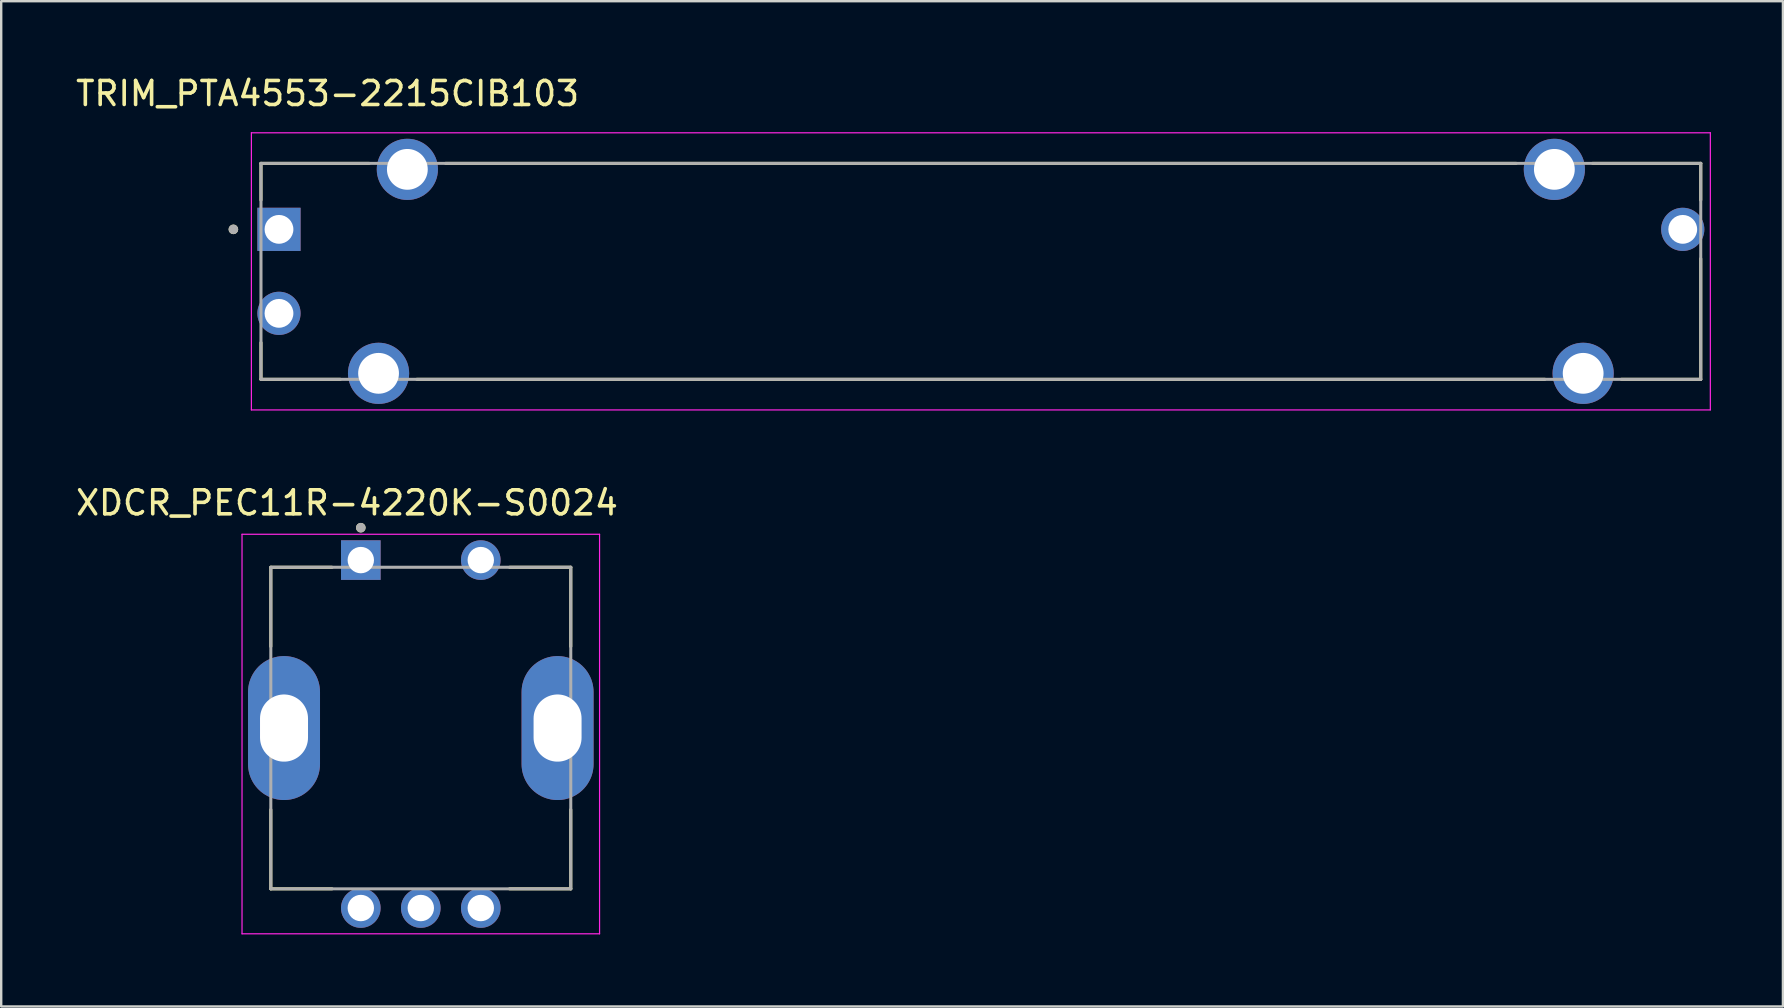
<source format=kicad_pcb>
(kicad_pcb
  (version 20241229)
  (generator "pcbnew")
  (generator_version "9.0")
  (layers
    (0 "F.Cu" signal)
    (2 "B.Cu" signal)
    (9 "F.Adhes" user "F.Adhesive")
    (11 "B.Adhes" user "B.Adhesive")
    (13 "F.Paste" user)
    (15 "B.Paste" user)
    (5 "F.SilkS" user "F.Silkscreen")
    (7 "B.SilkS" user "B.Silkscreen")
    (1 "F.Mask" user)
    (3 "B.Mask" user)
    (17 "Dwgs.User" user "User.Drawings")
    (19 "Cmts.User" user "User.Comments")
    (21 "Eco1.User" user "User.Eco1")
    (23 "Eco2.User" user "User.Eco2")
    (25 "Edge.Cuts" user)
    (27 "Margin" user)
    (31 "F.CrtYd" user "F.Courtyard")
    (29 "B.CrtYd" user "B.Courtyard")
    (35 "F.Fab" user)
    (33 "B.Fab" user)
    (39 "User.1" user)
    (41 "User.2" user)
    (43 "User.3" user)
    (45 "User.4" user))
  (footprint "TRIM_PTA4553-2215CIB103"
    (layer "F.Cu")
    (at 37.826 8.258)
    (property "Reference" "TRIM_PTA4553-2215CIB103" (at -27.225 -7.41 0) (layer "F.SilkS") (effects (font (size 1 1) (thickness 0.15))))
    (attr through_hole)
    (fp_line (start -30 -4.5) (end -25.495 -4.5) (stroke (width 0.127) (type solid)) (layer "F.SilkS"))
    (fp_line (start -30 -2.97) (end -30 -4.5) (stroke (width 0.127) (type solid)) (layer "F.SilkS"))
    (fp_line (start -30 4.5) (end -30 2.97) (stroke (width 0.127) (type solid)) (layer "F.SilkS"))
    (fp_line (start -26.695 4.5) (end -30 4.5) (stroke (width 0.127) (type solid)) (layer "F.SilkS"))
    (fp_line (start -23.505 4.5) (end 23.505 4.5) (stroke (width 0.127) (type solid)) (layer "F.SilkS"))
    (fp_line (start -22.305 -4.5) (end 22.305 -4.5) (stroke (width 0.127) (type solid)) (layer "F.SilkS"))
    (fp_line (start 25.495 -4.5) (end 30 -4.5) (stroke (width 0.127) (type solid)) (layer "F.SilkS"))
    (fp_line (start 30 -4.5) (end 30 -2.97) (stroke (width 0.127) (type solid)) (layer "F.SilkS"))
    (fp_line (start 30 4.5) (end 26.695 4.5) (stroke (width 0.127) (type solid)) (layer "F.SilkS"))
    (fp_line (start 30 4.5) (end 30 -0.53) (stroke (width 0.127) (type solid)) (layer "F.SilkS"))
    (fp_circle (center -31.15 -1.75) (end -31.05 -1.75) (stroke (width 0.2) (type solid)) (fill no) (layer "F.SilkS"))
    (fp_line (start -30.4 -5.775) (end -30.4 5.775) (stroke (width 0.05) (type solid)) (layer "F.CrtYd"))
    (fp_line (start -30.4 5.775) (end 30.4 5.775) (stroke (width 0.05) (type solid)) (layer "F.CrtYd"))
    (fp_line (start 30.4 -5.775) (end -30.4 -5.775) (stroke (width 0.05) (type solid)) (layer "F.CrtYd"))
    (fp_line (start 30.4 5.775) (end 30.4 -5.775) (stroke (width 0.05) (type solid)) (layer "F.CrtYd"))
    (fp_line (start -30 -4.5) (end 30 -4.5) (stroke (width 0.127) (type solid)) (layer "F.Fab"))
    (fp_line (start -30 4.5) (end -30 -4.5) (stroke (width 0.127) (type solid)) (layer "F.Fab"))
    (fp_line (start 30 -4.5) (end 30 4.5) (stroke (width 0.127) (type solid)) (layer "F.Fab"))
    (fp_line (start 30 4.5) (end -30 4.5) (stroke (width 0.127) (type solid)) (layer "F.Fab"))
    (fp_circle (center -31.15 -1.75) (end -31.05 -1.75) (stroke (width 0.2) (type solid)) (fill no) (layer "F.Fab"))
    (pad "1" thru_hole rect (at -29.25 -1.75) (size 1.8 1.8) (drill 1.2) (layers "*.Cu" "*.Mask"))
    (pad "2" thru_hole circle (at -29.25 1.75) (size 1.8 1.8) (drill 1.2) (layers "*.Cu" "*.Mask"))
    (pad "3" thru_hole circle (at 29.25 -1.75) (size 1.8 1.8) (drill 1.2) (layers "*.Cu" "*.Mask"))
    (pad "SH1" thru_hole circle (at -23.9 -4.25) (size 2.55 2.55) (drill 1.7) (layers "*.Cu" "*.Mask"))
    (pad "SH2" thru_hole circle (at -25.1 4.25) (size 2.55 2.55) (drill 1.7) (layers "*.Cu" "*.Mask"))
    (pad "SH3" thru_hole circle (at 23.9 -4.25) (size 2.55 2.55) (drill 1.7) (layers "*.Cu" "*.Mask"))
    (pad "SH4" thru_hole circle (at 25.1 4.25) (size 2.55 2.55) (drill 1.7) (layers "*.Cu" "*.Mask")))
  (footprint "XDCR_PEC11R-4220K-S0024"
    (layer "F.Cu")
    (at 14.486 27.291)
    (property "Reference" "XDCR_PEC11R-4220K-S0024" (at -3.075 -9.385 0) (layer "F.SilkS") (effects (font (size 1 1) (thickness 0.15))))
    (attr through_hole)
    (fp_line (start -6.25 -6.7) (end -3.7 -6.7) (stroke (width 0.127) (type solid)) (layer "F.SilkS"))
    (fp_line (start -6.25 -3.4) (end -6.25 -6.7) (stroke (width 0.127) (type solid)) (layer "F.SilkS"))
    (fp_line (start -6.25 3.4) (end -6.25 6.7) (stroke (width 0.127) (type solid)) (layer "F.SilkS"))
    (fp_line (start -6.25 6.7) (end -3.7 6.7) (stroke (width 0.127) (type solid)) (layer "F.SilkS"))
    (fp_line (start 3.7 -6.7) (end 6.25 -6.7) (stroke (width 0.127) (type solid)) (layer "F.SilkS"))
    (fp_line (start 3.7 6.7) (end 6.25 6.7) (stroke (width 0.127) (type solid)) (layer "F.SilkS"))
    (fp_line (start 6.25 -6.7) (end 6.25 -3.4) (stroke (width 0.127) (type solid)) (layer "F.SilkS"))
    (fp_line (start 6.25 6.7) (end 6.25 3.4) (stroke (width 0.127) (type solid)) (layer "F.SilkS"))
    (fp_circle (center -2.5 -8.35) (end -2.4 -8.35) (stroke (width 0.2) (type solid)) (fill no) (layer "F.SilkS"))
    (fp_line (start -7.45 -8.075) (end -7.45 8.575) (stroke (width 0.05) (type solid)) (layer "F.CrtYd"))
    (fp_line (start -7.45 8.575) (end 7.45 8.575) (stroke (width 0.05) (type solid)) (layer "F.CrtYd"))
    (fp_line (start 7.45 -8.075) (end -7.45 -8.075) (stroke (width 0.05) (type solid)) (layer "F.CrtYd"))
    (fp_line (start 7.45 8.575) (end 7.45 -8.075) (stroke (width 0.05) (type solid)) (layer "F.CrtYd"))
    (fp_line (start -6.25 -6.7) (end 6.25 -6.7) (stroke (width 0.127) (type solid)) (layer "F.Fab"))
    (fp_line (start -6.25 6.7) (end -6.25 -6.7) (stroke (width 0.127) (type solid)) (layer "F.Fab"))
    (fp_line (start 6.25 -6.7) (end 6.25 6.7) (stroke (width 0.127) (type solid)) (layer "F.Fab"))
    (fp_line (start 6.25 6.7) (end -6.25 6.7) (stroke (width 0.127) (type solid)) (layer "F.Fab"))
    (fp_circle (center -2.5 -8.35) (end -2.4 -8.35) (stroke (width 0.2) (type solid)) (fill no) (layer "F.Fab"))
    (pad "1" thru_hole rect (at -2.5 -7) (size 1.65 1.65) (drill 1.1) (layers "*.Cu" "*.Mask"))
    (pad "2" thru_hole circle (at 2.5 -7) (size 1.65 1.65) (drill 1.1) (layers "*.Cu" "*.Mask"))
    (pad "A" thru_hole circle (at -2.5 7.5) (size 1.65 1.65) (drill 1.1) (layers "*.Cu" "*.Mask"))
    (pad "B" thru_hole circle (at 2.5 7.5) (size 1.65 1.65) (drill 1.1) (layers "*.Cu" "*.Mask"))
    (pad "C" thru_hole circle (at 0 7.5) (size 1.65 1.65) (drill 1.1) (layers "*.Cu" "*.Mask"))
    (pad "SH1" thru_hole oval (at -5.7 0) (size 3 6) (drill oval 2 2.8) (layers "*.Cu" "*.Mask"))
    (pad "SH2" thru_hole oval (at 5.7 0) (size 3 6) (drill oval 2 2.8) (layers "*.Cu" "*.Mask")))
  (gr_rect
    (start -3 -3)
    (end 71.251 38.892)
    (stroke (width 0.1) (type default))
    (fill no)
    (layer "Edge.Cuts")))
</source>
